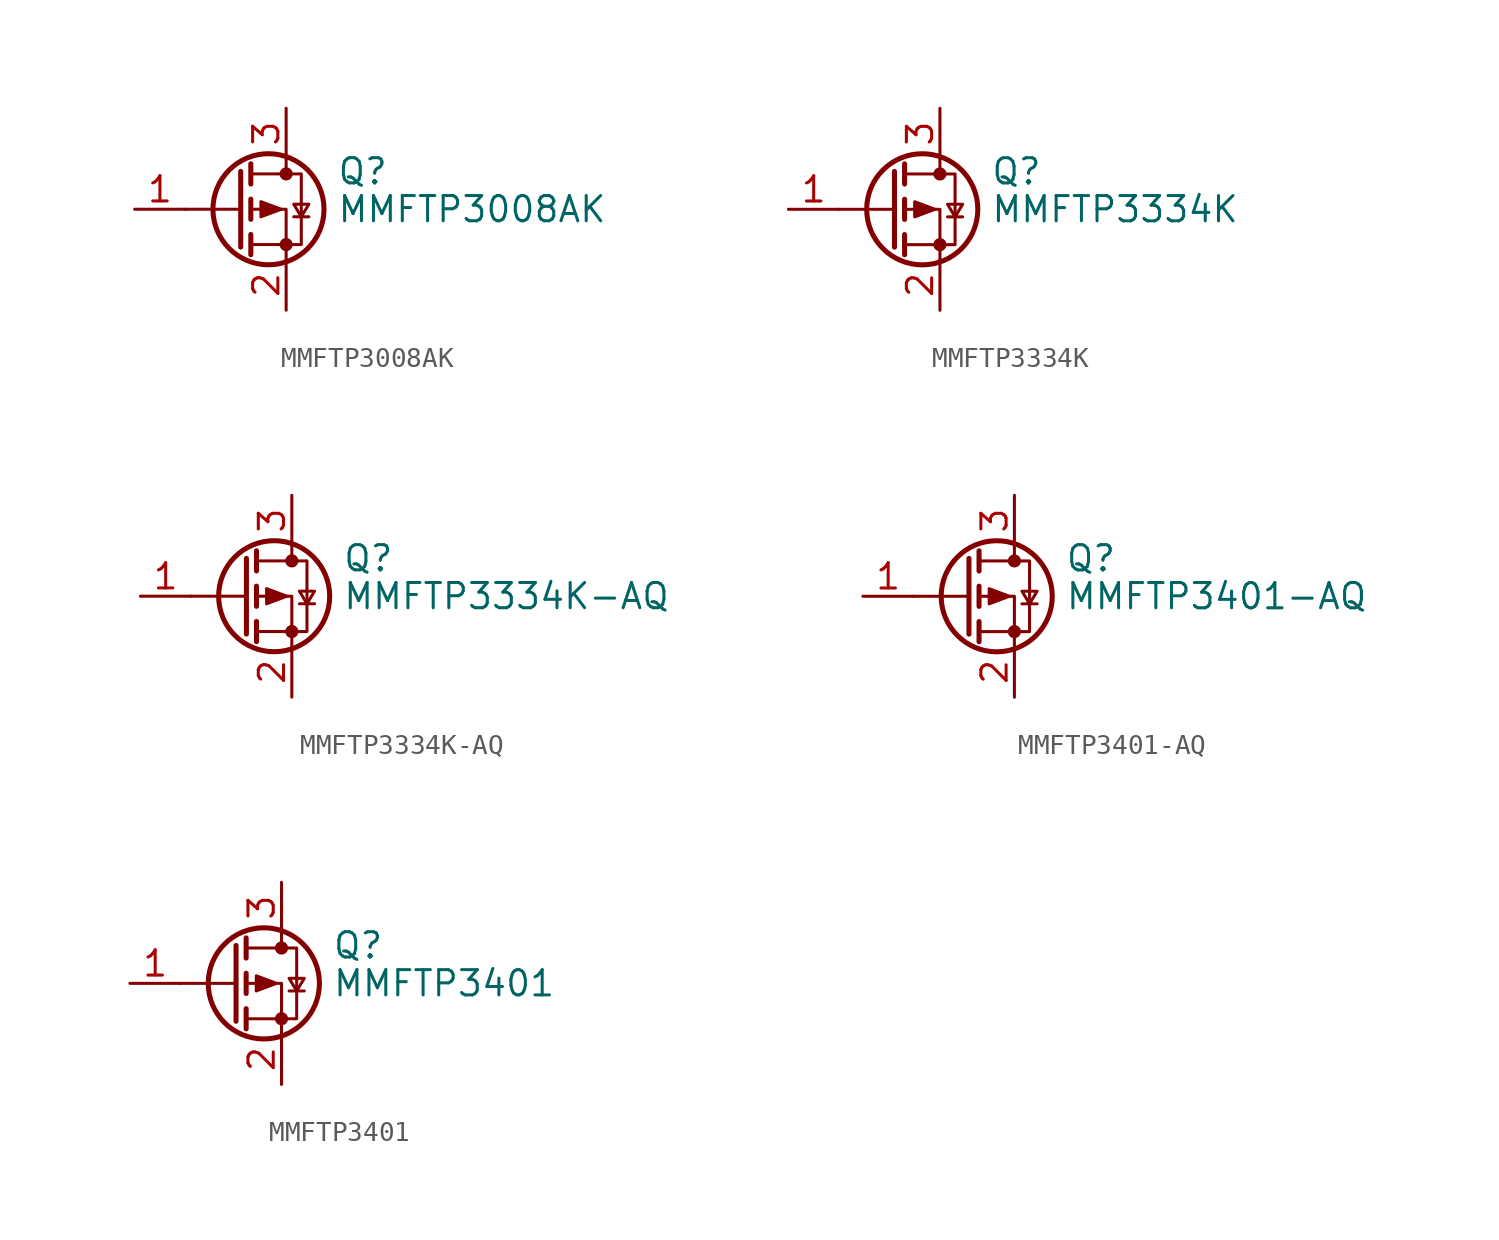
<source format=kicad_sym>
(kicad_symbol_lib
  (version 20241209)
  (generator "kicad_symbol_editor")
  (generator_version "9.0")
  (symbol "MMFTP3008AK"
    (pin_names
      (offset 0)
      (hide yes))
    (property "Reference" "Q"
      (at 5.08 1.905 0)
      (effects (font (size 1.27 1.27)) (justify left)))
    (property "Value" "MMFTP3008AK"
      (at 5.08 0 0)
      (effects (font (size 1.27 1.27)) (justify left)))
    (symbol "MMFTP3008AK_0_1"
      (polyline (pts (xy 0.254 1.905) (xy 0.254 -1.905)) (stroke (width 0.254) (type default)) (fill (type none)))
      (polyline (pts (xy 0.254 0) (xy -2.54 0)) (stroke (width 0) (type default)) (fill (type none)))
      (polyline (pts (xy 0.762 2.286) (xy 0.762 1.27)) (stroke (width 0.254) (type default)) (fill (type none)))
      (polyline (pts (xy 0.762 1.778) (xy 3.302 1.778) (xy 3.302 -1.778) (xy 0.762 -1.778)) (stroke (width 0) (type default)) (fill (type none)))
      (polyline (pts (xy 0.762 0.508) (xy 0.762 -0.508)) (stroke (width 0.254) (type default)) (fill (type none)))
      (polyline (pts (xy 0.762 -1.27) (xy 0.762 -2.286)) (stroke (width 0.254) (type default)) (fill (type none)))
      (circle (center 1.651 0) (radius 2.794) (stroke (width 0.254) (type default)) (fill (type none)))
      (polyline (pts (xy 2.286 0) (xy 1.27 0.381) (xy 1.27 -0.381) (xy 2.286 0)) (stroke (width 0) (type default)) (fill (type outline)))
      (polyline (pts (xy 2.54 2.54) (xy 2.54 1.778)) (stroke (width 0) (type default)) (fill (type none)))
      (circle (center 2.54 1.778) (radius 0.254) (stroke (width 0) (type default)) (fill (type outline)))
      (circle (center 2.54 -1.778) (radius 0.254) (stroke (width 0) (type default)) (fill (type outline)))
      (polyline (pts (xy 2.54 -2.54) (xy 2.54 0) (xy 0.762 0)) (stroke (width 0) (type default)) (fill (type none)))
      (polyline (pts (xy 2.921 -0.381) (xy 3.683 -0.381)) (stroke (width 0) (type default)) (fill (type none)))
      (polyline (pts (xy 3.302 -0.381) (xy 2.921 0.254) (xy 3.683 0.254) (xy 3.302 -0.381)) (stroke (width 0) (type default)) (fill (type none))))
    (symbol "MMFTP3008AK_1_1"
      (pin input line (at -5.08 0 0) (length 2.54) (name "G" (effects (font (size 1.27 1.27)))) (number "1" (effects (font (size 1.27 1.27)))))
      (pin passive line (at 2.54 5.08 270) (length 2.54) (name "D" (effects (font (size 1.27 1.27)))) (number "3" (effects (font (size 1.27 1.27)))))
      (pin passive line (at 2.54 -5.08 90) (length 2.54) (name "S" (effects (font (size 1.27 1.27)))) (number "2" (effects (font (size 1.27 1.27)))))))
  (symbol "MMFTP3334K"
    (pin_names
      (offset 0)
      (hide yes))
    (property "Reference" "Q"
      (at 5.08 1.905 0)
      (effects (font (size 1.27 1.27)) (justify left)))
    (property "Value" "MMFTP3334K"
      (at 5.08 0 0)
      (effects (font (size 1.27 1.27)) (justify left)))
    (symbol "MMFTP3334K_0_1"
      (polyline (pts (xy 0.254 1.905) (xy 0.254 -1.905)) (stroke (width 0.254) (type default)) (fill (type none)))
      (polyline (pts (xy 0.254 0) (xy -2.54 0)) (stroke (width 0) (type default)) (fill (type none)))
      (polyline (pts (xy 0.762 2.286) (xy 0.762 1.27)) (stroke (width 0.254) (type default)) (fill (type none)))
      (polyline (pts (xy 0.762 1.778) (xy 3.302 1.778) (xy 3.302 -1.778) (xy 0.762 -1.778)) (stroke (width 0) (type default)) (fill (type none)))
      (polyline (pts (xy 0.762 0.508) (xy 0.762 -0.508)) (stroke (width 0.254) (type default)) (fill (type none)))
      (polyline (pts (xy 0.762 -1.27) (xy 0.762 -2.286)) (stroke (width 0.254) (type default)) (fill (type none)))
      (circle (center 1.651 0) (radius 2.794) (stroke (width 0.254) (type default)) (fill (type none)))
      (polyline (pts (xy 2.286 0) (xy 1.27 0.381) (xy 1.27 -0.381) (xy 2.286 0)) (stroke (width 0) (type default)) (fill (type outline)))
      (polyline (pts (xy 2.54 2.54) (xy 2.54 1.778)) (stroke (width 0) (type default)) (fill (type none)))
      (circle (center 2.54 1.778) (radius 0.254) (stroke (width 0) (type default)) (fill (type outline)))
      (circle (center 2.54 -1.778) (radius 0.254) (stroke (width 0) (type default)) (fill (type outline)))
      (polyline (pts (xy 2.54 -2.54) (xy 2.54 0) (xy 0.762 0)) (stroke (width 0) (type default)) (fill (type none)))
      (polyline (pts (xy 2.921 -0.381) (xy 3.683 -0.381)) (stroke (width 0) (type default)) (fill (type none)))
      (polyline (pts (xy 3.302 -0.381) (xy 2.921 0.254) (xy 3.683 0.254) (xy 3.302 -0.381)) (stroke (width 0) (type default)) (fill (type none))))
    (symbol "MMFTP3334K_1_1"
      (pin input line (at -5.08 0 0) (length 2.54) (name "G" (effects (font (size 1.27 1.27)))) (number "1" (effects (font (size 1.27 1.27)))))
      (pin passive line (at 2.54 5.08 270) (length 2.54) (name "D" (effects (font (size 1.27 1.27)))) (number "3" (effects (font (size 1.27 1.27)))))
      (pin passive line (at 2.54 -5.08 90) (length 2.54) (name "S" (effects (font (size 1.27 1.27)))) (number "2" (effects (font (size 1.27 1.27)))))))
  (symbol "MMFTP3334K-AQ"
    (pin_names
      (offset 0)
      (hide yes))
    (property "Reference" "Q"
      (at 5.08 1.905 0)
      (effects (font (size 1.27 1.27)) (justify left)))
    (property "Value" "MMFTP3334K-AQ"
      (at 5.08 0 0)
      (effects (font (size 1.27 1.27)) (justify left)))
    (symbol "MMFTP3334K-AQ_0_1"
      (polyline (pts (xy 0.254 1.905) (xy 0.254 -1.905)) (stroke (width 0.254) (type default)) (fill (type none)))
      (polyline (pts (xy 0.254 0) (xy -2.54 0)) (stroke (width 0) (type default)) (fill (type none)))
      (polyline (pts (xy 0.762 2.286) (xy 0.762 1.27)) (stroke (width 0.254) (type default)) (fill (type none)))
      (polyline (pts (xy 0.762 1.778) (xy 3.302 1.778) (xy 3.302 -1.778) (xy 0.762 -1.778)) (stroke (width 0) (type default)) (fill (type none)))
      (polyline (pts (xy 0.762 0.508) (xy 0.762 -0.508)) (stroke (width 0.254) (type default)) (fill (type none)))
      (polyline (pts (xy 0.762 -1.27) (xy 0.762 -2.286)) (stroke (width 0.254) (type default)) (fill (type none)))
      (circle (center 1.651 0) (radius 2.794) (stroke (width 0.254) (type default)) (fill (type none)))
      (polyline (pts (xy 2.286 0) (xy 1.27 0.381) (xy 1.27 -0.381) (xy 2.286 0)) (stroke (width 0) (type default)) (fill (type outline)))
      (polyline (pts (xy 2.54 2.54) (xy 2.54 1.778)) (stroke (width 0) (type default)) (fill (type none)))
      (circle (center 2.54 1.778) (radius 0.254) (stroke (width 0) (type default)) (fill (type outline)))
      (circle (center 2.54 -1.778) (radius 0.254) (stroke (width 0) (type default)) (fill (type outline)))
      (polyline (pts (xy 2.54 -2.54) (xy 2.54 0) (xy 0.762 0)) (stroke (width 0) (type default)) (fill (type none)))
      (polyline (pts (xy 2.921 -0.381) (xy 3.683 -0.381)) (stroke (width 0) (type default)) (fill (type none)))
      (polyline (pts (xy 3.302 -0.381) (xy 2.921 0.254) (xy 3.683 0.254) (xy 3.302 -0.381)) (stroke (width 0) (type default)) (fill (type none))))
    (symbol "MMFTP3334K-AQ_1_1"
      (pin input line (at -5.08 0 0) (length 2.54) (name "G" (effects (font (size 1.27 1.27)))) (number "1" (effects (font (size 1.27 1.27)))))
      (pin passive line (at 2.54 5.08 270) (length 2.54) (name "D" (effects (font (size 1.27 1.27)))) (number "3" (effects (font (size 1.27 1.27)))))
      (pin passive line (at 2.54 -5.08 90) (length 2.54) (name "S" (effects (font (size 1.27 1.27)))) (number "2" (effects (font (size 1.27 1.27)))))))
  (symbol "MMFTP3401-AQ"
    (pin_names
      (offset 0)
      (hide yes))
    (property "Reference" "Q"
      (at 5.08 1.905 0)
      (effects (font (size 1.27 1.27)) (justify left)))
    (property "Value" "MMFTP3401-AQ"
      (at 5.08 0 0)
      (effects (font (size 1.27 1.27)) (justify left)))
    (symbol "MMFTP3401-AQ_0_1"
      (polyline (pts (xy 0.254 1.905) (xy 0.254 -1.905)) (stroke (width 0.254) (type default)) (fill (type none)))
      (polyline (pts (xy 0.254 0) (xy -2.54 0)) (stroke (width 0) (type default)) (fill (type none)))
      (polyline (pts (xy 0.762 2.286) (xy 0.762 1.27)) (stroke (width 0.254) (type default)) (fill (type none)))
      (polyline (pts (xy 0.762 1.778) (xy 3.302 1.778) (xy 3.302 -1.778) (xy 0.762 -1.778)) (stroke (width 0) (type default)) (fill (type none)))
      (polyline (pts (xy 0.762 0.508) (xy 0.762 -0.508)) (stroke (width 0.254) (type default)) (fill (type none)))
      (polyline (pts (xy 0.762 -1.27) (xy 0.762 -2.286)) (stroke (width 0.254) (type default)) (fill (type none)))
      (circle (center 1.651 0) (radius 2.794) (stroke (width 0.254) (type default)) (fill (type none)))
      (polyline (pts (xy 2.286 0) (xy 1.27 0.381) (xy 1.27 -0.381) (xy 2.286 0)) (stroke (width 0) (type default)) (fill (type outline)))
      (polyline (pts (xy 2.54 2.54) (xy 2.54 1.778)) (stroke (width 0) (type default)) (fill (type none)))
      (circle (center 2.54 1.778) (radius 0.254) (stroke (width 0) (type default)) (fill (type outline)))
      (circle (center 2.54 -1.778) (radius 0.254) (stroke (width 0) (type default)) (fill (type outline)))
      (polyline (pts (xy 2.54 -2.54) (xy 2.54 0) (xy 0.762 0)) (stroke (width 0) (type default)) (fill (type none)))
      (polyline (pts (xy 2.921 -0.381) (xy 3.683 -0.381)) (stroke (width 0) (type default)) (fill (type none)))
      (polyline (pts (xy 3.302 -0.381) (xy 2.921 0.254) (xy 3.683 0.254) (xy 3.302 -0.381)) (stroke (width 0) (type default)) (fill (type none))))
    (symbol "MMFTP3401-AQ_1_1"
      (pin input line (at -5.08 0 0) (length 2.54) (name "G" (effects (font (size 1.27 1.27)))) (number "1" (effects (font (size 1.27 1.27)))))
      (pin passive line (at 2.54 5.08 270) (length 2.54) (name "D" (effects (font (size 1.27 1.27)))) (number "3" (effects (font (size 1.27 1.27)))))
      (pin passive line (at 2.54 -5.08 90) (length 2.54) (name "S" (effects (font (size 1.27 1.27)))) (number "2" (effects (font (size 1.27 1.27)))))))
  (symbol "MMFTP3401"
    (pin_names
      (offset 0)
      (hide yes))
    (property "Reference" "Q"
      (at 5.08 1.905 0)
      (effects (font (size 1.27 1.27)) (justify left)))
    (property "Value" "MMFTP3401"
      (at 5.08 0 0)
      (effects (font (size 1.27 1.27)) (justify left)))
    (symbol "MMFTP3401_0_1"
      (polyline (pts (xy 0.254 1.905) (xy 0.254 -1.905)) (stroke (width 0.254) (type default)) (fill (type none)))
      (polyline (pts (xy 0.254 0) (xy -2.54 0)) (stroke (width 0) (type default)) (fill (type none)))
      (polyline (pts (xy 0.762 2.286) (xy 0.762 1.27)) (stroke (width 0.254) (type default)) (fill (type none)))
      (polyline (pts (xy 0.762 1.778) (xy 3.302 1.778) (xy 3.302 -1.778) (xy 0.762 -1.778)) (stroke (width 0) (type default)) (fill (type none)))
      (polyline (pts (xy 0.762 0.508) (xy 0.762 -0.508)) (stroke (width 0.254) (type default)) (fill (type none)))
      (polyline (pts (xy 0.762 -1.27) (xy 0.762 -2.286)) (stroke (width 0.254) (type default)) (fill (type none)))
      (circle (center 1.651 0) (radius 2.794) (stroke (width 0.254) (type default)) (fill (type none)))
      (polyline (pts (xy 2.286 0) (xy 1.27 0.381) (xy 1.27 -0.381) (xy 2.286 0)) (stroke (width 0) (type default)) (fill (type outline)))
      (polyline (pts (xy 2.54 2.54) (xy 2.54 1.778)) (stroke (width 0) (type default)) (fill (type none)))
      (circle (center 2.54 1.778) (radius 0.254) (stroke (width 0) (type default)) (fill (type outline)))
      (circle (center 2.54 -1.778) (radius 0.254) (stroke (width 0) (type default)) (fill (type outline)))
      (polyline (pts (xy 2.54 -2.54) (xy 2.54 0) (xy 0.762 0)) (stroke (width 0) (type default)) (fill (type none)))
      (polyline (pts (xy 2.921 -0.381) (xy 3.683 -0.381)) (stroke (width 0) (type default)) (fill (type none)))
      (polyline (pts (xy 3.302 -0.381) (xy 2.921 0.254) (xy 3.683 0.254) (xy 3.302 -0.381)) (stroke (width 0) (type default)) (fill (type none))))
    (symbol "MMFTP3401_1_1"
      (pin input line (at -5.08 0 0) (length 2.54) (name "G" (effects (font (size 1.27 1.27)))) (number "1" (effects (font (size 1.27 1.27)))))
      (pin passive line (at 2.54 5.08 270) (length 2.54) (name "D" (effects (font (size 1.27 1.27)))) (number "3" (effects (font (size 1.27 1.27)))))
      (pin passive line (at 2.54 -5.08 90) (length 2.54) (name "S" (effects (font (size 1.27 1.27)))) (number "2" (effects (font (size 1.27 1.27))))))))
</source>
